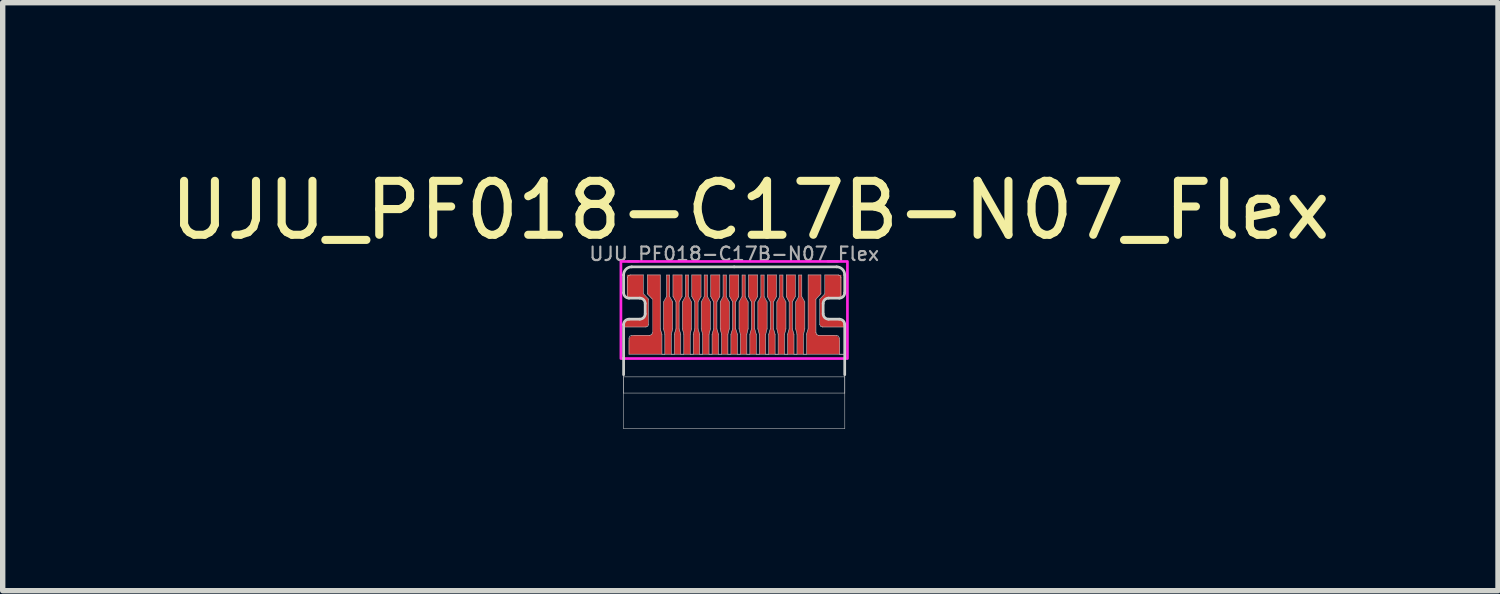
<source format=kicad_pcb>
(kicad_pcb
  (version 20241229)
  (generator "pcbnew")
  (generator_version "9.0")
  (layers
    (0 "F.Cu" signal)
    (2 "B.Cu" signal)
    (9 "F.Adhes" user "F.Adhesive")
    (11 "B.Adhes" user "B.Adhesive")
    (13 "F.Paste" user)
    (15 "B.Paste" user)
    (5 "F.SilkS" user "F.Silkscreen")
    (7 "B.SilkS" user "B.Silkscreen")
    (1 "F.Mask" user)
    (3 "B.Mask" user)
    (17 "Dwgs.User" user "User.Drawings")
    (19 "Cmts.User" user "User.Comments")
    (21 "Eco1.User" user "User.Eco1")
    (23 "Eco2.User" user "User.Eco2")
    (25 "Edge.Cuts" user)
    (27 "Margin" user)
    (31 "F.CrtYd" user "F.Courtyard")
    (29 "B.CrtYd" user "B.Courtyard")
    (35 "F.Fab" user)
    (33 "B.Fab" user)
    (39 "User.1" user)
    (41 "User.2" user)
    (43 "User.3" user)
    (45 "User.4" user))
  (footprint "UJU_PF018-C17B-N07_Flex"
    (layer "F.Cu")
    (at 10.563 2.048)
    (property "Reference" "UJU_PF018-C17B-N07_Flex" (at 0.3 -1.2 0) (unlocked yes) (layer "F.SilkS") (effects (font (size 1 1) (thickness 0.15))))
    (attr smd)
    (fp_poly (pts (xy 3.836 0.872) (xy 3.834 0.872) (xy 3.835 0.872)) (stroke (width 0) (type solid)) (fill yes) (layer "F.Cu"))
    (fp_line (start -2.051 -0.000025) (end -2.051 0.33) (stroke (width 0.01) (type default)) (layer "Dwgs.User"))
    (fp_line (start -2.051 0.965) (end -2.051 0.92) (stroke (width 0.01) (type default)) (layer "Dwgs.User"))
    (fp_line (start -2.051 0.965) (end -2.051 1.47) (stroke (width 0.01) (type default)) (layer "Dwgs.User"))
    (fp_line (start -2.051 0.965) (end -1.635 0.965) (stroke (width 0.01) (type default)) (layer "Dwgs.User"))
    (fp_line (start -2.051 1.47) (end -2.051 1.89) (stroke (width 0.01) (type default)) (layer "Dwgs.User"))
    (fp_line (start -2.051 1.89) (end -2.051 2.19) (stroke (width 0.01) (type default)) (layer "Dwgs.User"))
    (fp_line (start -2.051 2.19) (end -2.051 1.89) (stroke (width 0.01) (type default)) (layer "Dwgs.User"))
    (fp_line (start -2.051 2.19) (end -2.051 2.85) (stroke (width 0.01) (type default)) (layer "Dwgs.User"))
    (fp_line (start -2.051 2.19) (end 2.051 2.19) (stroke (width 0.01) (type default)) (layer "Dwgs.User"))
    (fp_line (start -2.051 2.85) (end 2.051 2.85) (stroke (width 0.01) (type default)) (layer "Dwgs.User"))
    (fp_line (start -2.05 0.33) (end -2.051 0.33) (stroke (width 0.01) (type default)) (layer "Dwgs.User"))
    (fp_line (start -2.05 0.33) (end -2.031 0.389) (stroke (width 0.01) (type default)) (layer "Dwgs.User"))
    (fp_line (start -2.042 0.881) (end -2.05 0.92) (stroke (width 0.01) (type default)) (layer "Dwgs.User"))
    (fp_line (start -2.038 -0.058) (end -2.05 -0.000067) (stroke (width 0.01) (type default)) (layer "Dwgs.User"))
    (fp_line (start -2.031 0.389) (end -1.98 0.425) (stroke (width 0.01) (type default)) (layer "Dwgs.User"))
    (fp_line (start -2.021 0.849) (end -2.042 0.881) (stroke (width 0.01) (type default)) (layer "Dwgs.User"))
    (fp_line (start -2.006 -0.106) (end -2.038 -0.058) (stroke (width 0.01) (type default)) (layer "Dwgs.User"))
    (fp_line (start -1.989 0.828) (end -2.021 0.849) (stroke (width 0.01) (type default)) (layer "Dwgs.User"))
    (fp_line (start -1.98 0.05) (end -1.979 0.05) (stroke (width 0.01) (type default)) (layer "Dwgs.User"))
    (fp_line (start -1.979 0.05) (end -1.979 0.425) (stroke (width 0.01) (type default)) (layer "Dwgs.User"))
    (fp_line (start -1.979 0.425) (end -1.95 0.43) (stroke (width 0.01) (type default)) (layer "Dwgs.User"))
    (fp_line (start -1.965 0.015) (end -1.98 0.05) (stroke (width 0.01) (type default)) (layer "Dwgs.User"))
    (fp_line (start -1.958 -0.138) (end -2.006 -0.106) (stroke (width 0.01) (type default)) (layer "Dwgs.User"))
    (fp_line (start -1.95 0.43) (end -1.95 0.43) (stroke (width 0.01) (type default)) (layer "Dwgs.User"))
    (fp_line (start -1.95 0.82) (end -1.989 0.828) (stroke (width 0.01) (type default)) (layer "Dwgs.User"))
    (fp_line (start -1.95 1.17) (end -1.95 1.17) (stroke (width 0.01) (type default)) (layer "Dwgs.User"))
    (fp_line (start -1.95 0.43) (end -1.749 0.43) (stroke (width 0.01) (type default)) (layer "Dwgs.User"))
    (fp_line (start -1.95 0.82) (end -1.95 0.82) (stroke (width 0.01) (type default)) (layer "Dwgs.User"))
    (fp_line (start -1.95 1.17) (end -1.95 1.47) (stroke (width 0.01) (type default)) (layer "Dwgs.User"))
    (fp_line (start -1.935 1.135) (end -1.95 1.17) (stroke (width 0.01) (type default)) (layer "Dwgs.User"))
    (fp_line (start -1.93 -0.000067) (end -1.965 0.015) (stroke (width 0.01) (type default)) (layer "Dwgs.User"))
    (fp_line (start -1.929 -0.000025) (end -1.93 -0.000067) (stroke (width 0.01) (type default)) (layer "Dwgs.User"))
    (fp_line (start -1.9 -0.15) (end -1.958 -0.138) (stroke (width 0.01) (type default)) (layer "Dwgs.User"))
    (fp_line (start -1.9 -0.15) (end -1.9 -0.15) (stroke (width 0.01) (type default)) (layer "Dwgs.User"))
    (fp_line (start -1.9 1.12) (end -1.935 1.135) (stroke (width 0.01) (type default)) (layer "Dwgs.User"))
    (fp_line (start -1.9 1.12) (end -1.9 1.12) (stroke (width 0.01) (type default)) (layer "Dwgs.User"))
    (fp_line (start -1.9 1.12) (end -1.566 1.12) (stroke (width 0.01) (type default)) (layer "Dwgs.User"))
    (fp_line (start -1.749 0.43) (end -1.75 0.43) (stroke (width 0.01) (type default)) (layer "Dwgs.User"))
    (fp_line (start -1.749 0.82) (end -1.95 0.82) (stroke (width 0.01) (type default)) (layer "Dwgs.User"))
    (fp_line (start -1.749 0.82) (end -1.749 0.82) (stroke (width 0.01) (type default)) (layer "Dwgs.User"))
    (fp_line (start -1.734 0.819) (end -1.733 0.819) (stroke (width 0.01) (type default)) (layer "Dwgs.User"))
    (fp_line (start -1.734 0.819) (end -1.674 0.785) (stroke (width 0.01) (type default)) (layer "Dwgs.User"))
    (fp_line (start -1.733 0.819) (end -1.749 0.82) (stroke (width 0.01) (type default)) (layer "Dwgs.User"))
    (fp_line (start -1.711 0.438) (end -1.75 0.43) (stroke (width 0.01) (type default)) (layer "Dwgs.User"))
    (fp_line (start -1.68 -0.000025) (end -1.929 -0.000025) (stroke (width 0.01) (type default)) (layer "Dwgs.User"))
    (fp_line (start -1.68 0.35) (end -1.68 -0.000025) (stroke (width 0.01) (type default)) (layer "Dwgs.User"))
    (fp_line (start -1.679 0.459) (end -1.711 0.438) (stroke (width 0.01) (type default)) (layer "Dwgs.User"))
    (fp_line (start -1.674 0.785) (end -1.65 0.72) (stroke (width 0.01) (type default)) (layer "Dwgs.User"))
    (fp_line (start -1.658 0.491) (end -1.679 0.459) (stroke (width 0.01) (type default)) (layer "Dwgs.User"))
    (fp_line (start -1.651 0.53) (end -1.651 0.72) (stroke (width 0.01) (type default)) (layer "Dwgs.User"))
    (fp_line (start -1.651 0.72) (end -1.65 0.72) (stroke (width 0.01) (type default)) (layer "Dwgs.User"))
    (fp_line (start -1.65 0.53) (end -1.658 0.491) (stroke (width 0.01) (type default)) (layer "Dwgs.User"))
    (fp_line (start -1.65 0.53) (end -1.651 0.53) (stroke (width 0.01) (type default)) (layer "Dwgs.User"))
    (fp_line (start -1.635 0.965) (end -1.635 0.965) (stroke (width 0.01) (type default)) (layer "Dwgs.User"))
    (fp_line (start -1.635 0.965) (end -1.6 0.95) (stroke (width 0.01) (type default)) (layer "Dwgs.User"))
    (fp_line (start -1.611 -0.000025) (end -1.611 0.35) (stroke (width 0.01) (type default)) (layer "Dwgs.User"))
    (fp_line (start -1.611 0.35) (end -1.516 0.45) (stroke (width 0.01) (type default)) (layer "Dwgs.User"))
    (fp_line (start -1.6 0.95) (end -1.585 0.915) (stroke (width 0.01) (type default)) (layer "Dwgs.User"))
    (fp_line (start -1.585 0.915) (end -1.585 0.915) (stroke (width 0.01) (type default)) (layer "Dwgs.User"))
    (fp_line (start -1.585 0.45) (end -1.68 0.35) (stroke (width 0.01) (type default)) (layer "Dwgs.User"))
    (fp_line (start -1.585 0.915) (end -1.585 0.45) (stroke (width 0.01) (type default)) (layer "Dwgs.User"))
    (fp_line (start -1.565 1.12) (end -1.566 1.12) (stroke (width 0.01) (type default)) (layer "Dwgs.User"))
    (fp_line (start -1.565 1.12) (end -1.53 1.105) (stroke (width 0.01) (type default)) (layer "Dwgs.User"))
    (fp_line (start -1.53 1.105) (end -1.515 1.07) (stroke (width 0.01) (type default)) (layer "Dwgs.User"))
    (fp_line (start -1.516 1.07) (end -1.516 0.45) (stroke (width 0.005) (type solid)) (layer "Dwgs.User"))
    (fp_line (start -1.516 1.07) (end -1.515 1.07) (stroke (width 0.01) (type default)) (layer "Dwgs.User"))
    (fp_line (start -1.371 -0.000025) (end -1.611 -0.000025) (stroke (width 0.01) (type default)) (layer "Dwgs.User"))
    (fp_line (start -1.371 1) (end -1.371 -0.000025) (stroke (width 0.01) (type default)) (layer "Dwgs.User"))
    (fp_line (start -1.339 1.1) (end -1.371 1) (stroke (width 0.01) (type default)) (layer "Dwgs.User"))
    (fp_line (start -1.339 1.47) (end -1.339 1.1) (stroke (width 0.01) (type default)) (layer "Dwgs.User"))
    (fp_line (start -1.31 0.5) (end -1.31 1) (stroke (width 0.01) (type default)) (layer "Dwgs.User"))
    (fp_line (start -1.31 1) (end -1.286 1.1) (stroke (width 0.01) (type default)) (layer "Dwgs.User"))
    (fp_line (start -1.286 1.1) (end -1.286 1.47) (stroke (width 0.01) (type default)) (layer "Dwgs.User"))
    (fp_line (start -1.286 1.47) (end -1.339 1.47) (stroke (width 0.01) (type default)) (layer "Dwgs.User"))
    (fp_line (start -1.254 0.001) (end -1.254 0.4) (stroke (width 0.01) (type default)) (layer "Dwgs.User"))
    (fp_line (start -1.254 0.4) (end -1.31 0.5) (stroke (width 0.01) (type default)) (layer "Dwgs.User"))
    (fp_line (start -1.196 0.001) (end -1.254 0.001) (stroke (width 0.01) (type default)) (layer "Dwgs.User"))
    (fp_line (start -1.196 0.4) (end -1.196 0.001) (stroke (width 0.01) (type default)) (layer "Dwgs.User"))
    (fp_line (start -1.164 1.1) (end -1.14 1) (stroke (width 0.01) (type default)) (layer "Dwgs.User"))
    (fp_line (start -1.164 1.47) (end -1.164 1.1) (stroke (width 0.01) (type default)) (layer "Dwgs.User"))
    (fp_line (start -1.14 0.5) (end -1.196 0.4) (stroke (width 0.01) (type default)) (layer "Dwgs.User"))
    (fp_line (start -1.14 1) (end -1.14 0.5) (stroke (width 0.01) (type default)) (layer "Dwgs.User"))
    (fp_line (start -1.135 -0.000025) (end -1.135 0.4) (stroke (width 0.01) (type default)) (layer "Dwgs.User"))
    (fp_line (start -1.135 0.4) (end -1.079 0.5) (stroke (width 0.01) (type default)) (layer "Dwgs.User"))
    (fp_line (start -1.111 1.1) (end -1.111 1.47) (stroke (width 0.01) (type default)) (layer "Dwgs.User"))
    (fp_line (start -1.111 1.47) (end -1.164 1.47) (stroke (width 0.01) (type default)) (layer "Dwgs.User"))
    (fp_line (start -1.079 0.5) (end -1.079 1) (stroke (width 0.01) (type default)) (layer "Dwgs.User"))
    (fp_line (start -1.079 1) (end -1.111 1.1) (stroke (width 0.01) (type default)) (layer "Dwgs.User"))
    (fp_line (start -1.021 0.5) (end -0.966 0.4) (stroke (width 0.01) (type default)) (layer "Dwgs.User"))
    (fp_line (start -1.021 1) (end -1.021 0.5) (stroke (width 0.01) (type default)) (layer "Dwgs.User"))
    (fp_line (start -0.99 1.1) (end -1.021 1) (stroke (width 0.01) (type default)) (layer "Dwgs.User"))
    (fp_line (start -0.99 1.47) (end -0.99 1.1) (stroke (width 0.01) (type default)) (layer "Dwgs.User"))
    (fp_line (start -0.966 -0.000025) (end -1.135 -0.000025) (stroke (width 0.01) (type default)) (layer "Dwgs.User"))
    (fp_line (start -0.966 0.4) (end -0.966 -0.000025) (stroke (width 0.01) (type default)) (layer "Dwgs.User"))
    (fp_line (start -0.96 0.5) (end -0.96 1) (stroke (width 0.01) (type default)) (layer "Dwgs.User"))
    (fp_line (start -0.96 1) (end -0.934 1.1) (stroke (width 0.01) (type default)) (layer "Dwgs.User"))
    (fp_line (start -0.934 1.1) (end -0.934 1.47) (stroke (width 0.01) (type default)) (layer "Dwgs.User"))
    (fp_line (start -0.934 1.47) (end -0.99 1.47) (stroke (width 0.01) (type default)) (layer "Dwgs.User"))
    (fp_line (start -0.905 0.001) (end -0.905 0.4) (stroke (width 0.01) (type default)) (layer "Dwgs.User"))
    (fp_line (start -0.905 0.4) (end -0.96 0.5) (stroke (width 0.01) (type default)) (layer "Dwgs.User"))
    (fp_line (start -0.844 0.001) (end -0.905 0.001) (stroke (width 0.01) (type default)) (layer "Dwgs.User"))
    (fp_line (start -0.844 0.4) (end -0.844 0.001) (stroke (width 0.01) (type default)) (layer "Dwgs.User"))
    (fp_line (start -0.815 1.1) (end -0.791 1) (stroke (width 0.01) (type default)) (layer "Dwgs.User"))
    (fp_line (start -0.815 1.47) (end -0.815 1.1) (stroke (width 0.01) (type default)) (layer "Dwgs.User"))
    (fp_line (start -0.791 0.5) (end -0.844 0.4) (stroke (width 0.01) (type default)) (layer "Dwgs.User"))
    (fp_line (start -0.791 1) (end -0.791 0.5) (stroke (width 0.01) (type default)) (layer "Dwgs.User"))
    (fp_line (start -0.786 -0.000025) (end -0.786 0.4) (stroke (width 0.01) (type default)) (layer "Dwgs.User"))
    (fp_line (start -0.786 0.4) (end -0.73 0.5) (stroke (width 0.01) (type default)) (layer "Dwgs.User"))
    (fp_line (start -0.759 1.1) (end -0.759 1.47) (stroke (width 0.01) (type default)) (layer "Dwgs.User"))
    (fp_line (start -0.759 1.47) (end -0.815 1.47) (stroke (width 0.01) (type default)) (layer "Dwgs.User"))
    (fp_line (start -0.73 0.5) (end -0.73 1) (stroke (width 0.01) (type default)) (layer "Dwgs.User"))
    (fp_line (start -0.73 1) (end -0.759 1.1) (stroke (width 0.01) (type default)) (layer "Dwgs.User"))
    (fp_line (start -0.669 0.5) (end -0.614 0.4) (stroke (width 0.01) (type default)) (layer "Dwgs.User"))
    (fp_line (start -0.669 1) (end -0.669 0.5) (stroke (width 0.01) (type default)) (layer "Dwgs.User"))
    (fp_line (start -0.64 1.1) (end -0.669 1) (stroke (width 0.01) (type default)) (layer "Dwgs.User"))
    (fp_line (start -0.64 1.47) (end -0.64 1.1) (stroke (width 0.01) (type default)) (layer "Dwgs.User"))
    (fp_line (start -0.614 -0.000025) (end -0.786 -0.000025) (stroke (width 0.01) (type default)) (layer "Dwgs.User"))
    (fp_line (start -0.614 0.4) (end -0.614 -0.000025) (stroke (width 0.01) (type default)) (layer "Dwgs.User"))
    (fp_line (start -0.611 0.5) (end -0.611 1) (stroke (width 0.01) (type default)) (layer "Dwgs.User"))
    (fp_line (start -0.611 1) (end -0.585 1.1) (stroke (width 0.01) (type default)) (layer "Dwgs.User"))
    (fp_line (start -0.585 1.1) (end -0.585 1.47) (stroke (width 0.01) (type default)) (layer "Dwgs.User"))
    (fp_line (start -0.585 1.47) (end -0.64 1.47) (stroke (width 0.01) (type default)) (layer "Dwgs.User"))
    (fp_line (start -0.556 0.001) (end -0.556 0.4) (stroke (width 0.01) (type default)) (layer "Dwgs.User"))
    (fp_line (start -0.556 0.4) (end -0.611 0.5) (stroke (width 0.01) (type default)) (layer "Dwgs.User"))
    (fp_line (start -0.495 0.001) (end -0.556 0.001) (stroke (width 0.01) (type default)) (layer "Dwgs.User"))
    (fp_line (start -0.495 0.4) (end -0.495 0.001) (stroke (width 0.01) (type default)) (layer "Dwgs.User"))
    (fp_line (start -0.466 1.1) (end -0.439 1) (stroke (width 0.01) (type default)) (layer "Dwgs.User"))
    (fp_line (start -0.466 1.47) (end -0.466 1.1) (stroke (width 0.01) (type default)) (layer "Dwgs.User"))
    (fp_line (start -0.439 0.5) (end -0.495 0.4) (stroke (width 0.01) (type default)) (layer "Dwgs.User"))
    (fp_line (start -0.439 1) (end -0.439 0.5) (stroke (width 0.01) (type default)) (layer "Dwgs.User"))
    (fp_line (start -0.434 -0.000025) (end -0.434 0.4) (stroke (width 0.01) (type default)) (layer "Dwgs.User"))
    (fp_line (start -0.434 0.4) (end -0.381 0.5) (stroke (width 0.01) (type default)) (layer "Dwgs.User"))
    (fp_line (start -0.41 1.1) (end -0.41 1.47) (stroke (width 0.01) (type default)) (layer "Dwgs.User"))
    (fp_line (start -0.41 1.47) (end -0.466 1.47) (stroke (width 0.01) (type default)) (layer "Dwgs.User"))
    (fp_line (start -0.381 0.5) (end -0.381 1) (stroke (width 0.01) (type default)) (layer "Dwgs.User"))
    (fp_line (start -0.381 1) (end -0.41 1.1) (stroke (width 0.01) (type default)) (layer "Dwgs.User"))
    (fp_line (start -0.32 0.5) (end -0.265 0.4) (stroke (width 0.01) (type default)) (layer "Dwgs.User"))
    (fp_line (start -0.32 1) (end -0.32 0.5) (stroke (width 0.01) (type default)) (layer "Dwgs.User"))
    (fp_line (start -0.291 1.1) (end -0.32 1) (stroke (width 0.01) (type default)) (layer "Dwgs.User"))
    (fp_line (start -0.291 1.47) (end -0.291 1.1) (stroke (width 0.01) (type default)) (layer "Dwgs.User"))
    (fp_line (start -0.265 -0.000025) (end -0.434 -0.000025) (stroke (width 0.01) (type default)) (layer "Dwgs.User"))
    (fp_line (start -0.265 0.4) (end -0.265 -0.000025) (stroke (width 0.01) (type default)) (layer "Dwgs.User"))
    (fp_line (start -0.259 0.5) (end -0.259 1) (stroke (width 0.01) (type default)) (layer "Dwgs.User"))
    (fp_line (start -0.259 1) (end -0.235 1.1) (stroke (width 0.01) (type default)) (layer "Dwgs.User"))
    (fp_line (start -0.235 1.1) (end -0.235 1.47) (stroke (width 0.01) (type default)) (layer "Dwgs.User"))
    (fp_line (start -0.235 1.47) (end -0.291 1.47) (stroke (width 0.01) (type default)) (layer "Dwgs.User"))
    (fp_line (start -0.206 0.001) (end -0.206 0.4) (stroke (width 0.01) (type default)) (layer "Dwgs.User"))
    (fp_line (start -0.206 0.4) (end -0.259 0.5) (stroke (width 0.01) (type default)) (layer "Dwgs.User"))
    (fp_line (start -0.146 0.001) (end -0.206 0.001) (stroke (width 0.01) (type default)) (layer "Dwgs.User"))
    (fp_line (start -0.146 0.4) (end -0.146 0.001) (stroke (width 0.01) (type default)) (layer "Dwgs.User"))
    (fp_line (start -0.116 1.1) (end -0.09 1) (stroke (width 0.01) (type default)) (layer "Dwgs.User"))
    (fp_line (start -0.116 1.47) (end -0.116 1.1) (stroke (width 0.01) (type default)) (layer "Dwgs.User"))
    (fp_line (start -0.09 0.5) (end -0.146 0.4) (stroke (width 0.01) (type default)) (layer "Dwgs.User"))
    (fp_line (start -0.09 1) (end -0.09 0.5) (stroke (width 0.01) (type default)) (layer "Dwgs.User"))
    (fp_line (start -0.085 -0.000025) (end -0.085 0.4) (stroke (width 0.01) (type default)) (layer "Dwgs.User"))
    (fp_line (start -0.085 0.4) (end -0.029 0.5) (stroke (width 0.01) (type default)) (layer "Dwgs.User"))
    (fp_line (start -0.061 1.1) (end -0.061 1.47) (stroke (width 0.01) (type default)) (layer "Dwgs.User"))
    (fp_line (start -0.061 1.47) (end -0.116 1.47) (stroke (width 0.01) (type default)) (layer "Dwgs.User"))
    (fp_line (start -0.029 0.5) (end -0.029 1) (stroke (width 0.01) (type default)) (layer "Dwgs.User"))
    (fp_line (start -0.029 1) (end -0.061 1.1) (stroke (width 0.01) (type default)) (layer "Dwgs.User"))
    (fp_line (start 0.029 0.5) (end 0.085 0.4) (stroke (width 0.01) (type default)) (layer "Dwgs.User"))
    (fp_line (start 0.029 1) (end 0.029 0.5) (stroke (width 0.01) (type default)) (layer "Dwgs.User"))
    (fp_line (start 0.061 1.1) (end 0.029 1) (stroke (width 0.01) (type default)) (layer "Dwgs.User"))
    (fp_line (start 0.061 1.47) (end 0.061 1.1) (stroke (width 0.01) (type default)) (layer "Dwgs.User"))
    (fp_line (start 0.085 -0.000025) (end -0.085 -0.000025) (stroke (width 0.01) (type default)) (layer "Dwgs.User"))
    (fp_line (start 0.085 0.4) (end 0.085 -0.000025) (stroke (width 0.01) (type default)) (layer "Dwgs.User"))
    (fp_line (start 0.09 0.5) (end 0.09 1) (stroke (width 0.01) (type default)) (layer "Dwgs.User"))
    (fp_line (start 0.09 1) (end 0.114 1.1) (stroke (width 0.01) (type default)) (layer "Dwgs.User"))
    (fp_line (start 0.114 1.1) (end 0.114 1.47) (stroke (width 0.01) (type default)) (layer "Dwgs.User"))
    (fp_line (start 0.114 1.47) (end 0.061 1.47) (stroke (width 0.01) (type default)) (layer "Dwgs.User"))
    (fp_line (start 0.146 0.001) (end 0.146 0.4) (stroke (width 0.01) (type default)) (layer "Dwgs.User"))
    (fp_line (start 0.146 0.4) (end 0.09 0.5) (stroke (width 0.01) (type default)) (layer "Dwgs.User"))
    (fp_line (start 0.204 0.001) (end 0.146 0.001) (stroke (width 0.01) (type default)) (layer "Dwgs.User"))
    (fp_line (start 0.204 0.4) (end 0.204 0.001) (stroke (width 0.01) (type default)) (layer "Dwgs.User"))
    (fp_line (start 0.235 1.1) (end 0.259 1) (stroke (width 0.01) (type default)) (layer "Dwgs.User"))
    (fp_line (start 0.235 1.47) (end 0.235 1.1) (stroke (width 0.01) (type default)) (layer "Dwgs.User"))
    (fp_line (start 0.259 0.5) (end 0.204 0.4) (stroke (width 0.01) (type default)) (layer "Dwgs.User"))
    (fp_line (start 0.259 1) (end 0.259 0.5) (stroke (width 0.01) (type default)) (layer "Dwgs.User"))
    (fp_line (start 0.265 -0.000025) (end 0.265 0.4) (stroke (width 0.01) (type default)) (layer "Dwgs.User"))
    (fp_line (start 0.265 0.4) (end 0.32 0.5) (stroke (width 0.01) (type default)) (layer "Dwgs.User"))
    (fp_line (start 0.291 1.1) (end 0.291 1.47) (stroke (width 0.01) (type default)) (layer "Dwgs.User"))
    (fp_line (start 0.291 1.47) (end 0.235 1.47) (stroke (width 0.01) (type default)) (layer "Dwgs.User"))
    (fp_line (start 0.32 0.5) (end 0.32 1) (stroke (width 0.01) (type default)) (layer "Dwgs.User"))
    (fp_line (start 0.32 1) (end 0.291 1.1) (stroke (width 0.01) (type default)) (layer "Dwgs.User"))
    (fp_line (start 0.381 0.5) (end 0.434 0.4) (stroke (width 0.01) (type default)) (layer "Dwgs.User"))
    (fp_line (start 0.381 1) (end 0.381 0.5) (stroke (width 0.01) (type default)) (layer "Dwgs.User"))
    (fp_line (start 0.41 1.1) (end 0.381 1) (stroke (width 0.01) (type default)) (layer "Dwgs.User"))
    (fp_line (start 0.41 1.47) (end 0.41 1.1) (stroke (width 0.01) (type default)) (layer "Dwgs.User"))
    (fp_line (start 0.434 -0.000025) (end 0.265 -0.000025) (stroke (width 0.01) (type default)) (layer "Dwgs.User"))
    (fp_line (start 0.434 0.4) (end 0.434 -0.000025) (stroke (width 0.01) (type default)) (layer "Dwgs.User"))
    (fp_line (start 0.439 0.5) (end 0.439 1) (stroke (width 0.01) (type default)) (layer "Dwgs.User"))
    (fp_line (start 0.439 1) (end 0.466 1.1) (stroke (width 0.01) (type default)) (layer "Dwgs.User"))
    (fp_line (start 0.466 1.1) (end 0.466 1.47) (stroke (width 0.01) (type default)) (layer "Dwgs.User"))
    (fp_line (start 0.466 1.47) (end 0.41 1.47) (stroke (width 0.01) (type default)) (layer "Dwgs.User"))
    (fp_line (start 0.495 0.001) (end 0.495 0.4) (stroke (width 0.01) (type default)) (layer "Dwgs.User"))
    (fp_line (start 0.495 0.4) (end 0.439 0.5) (stroke (width 0.01) (type default)) (layer "Dwgs.User"))
    (fp_line (start 0.556 0.001) (end 0.495 0.001) (stroke (width 0.01) (type default)) (layer "Dwgs.User"))
    (fp_line (start 0.556 0.4) (end 0.556 0.001) (stroke (width 0.01) (type default)) (layer "Dwgs.User"))
    (fp_line (start 0.585 1.1) (end 0.611 1) (stroke (width 0.01) (type default)) (layer "Dwgs.User"))
    (fp_line (start 0.585 1.47) (end 0.585 1.1) (stroke (width 0.01) (type default)) (layer "Dwgs.User"))
    (fp_line (start 0.611 0.5) (end 0.556 0.4) (stroke (width 0.01) (type default)) (layer "Dwgs.User"))
    (fp_line (start 0.611 1) (end 0.611 0.5) (stroke (width 0.01) (type default)) (layer "Dwgs.User"))
    (fp_line (start 0.614 -0.000025) (end 0.614 0.4) (stroke (width 0.01) (type default)) (layer "Dwgs.User"))
    (fp_line (start 0.614 0.4) (end 0.669 0.5) (stroke (width 0.01) (type default)) (layer "Dwgs.User"))
    (fp_line (start 0.64 1.1) (end 0.64 1.47) (stroke (width 0.01) (type default)) (layer "Dwgs.User"))
    (fp_line (start 0.64 1.47) (end 0.585 1.47) (stroke (width 0.01) (type default)) (layer "Dwgs.User"))
    (fp_line (start 0.669 0.5) (end 0.669 1) (stroke (width 0.01) (type default)) (layer "Dwgs.User"))
    (fp_line (start 0.669 1) (end 0.64 1.1) (stroke (width 0.01) (type default)) (layer "Dwgs.User"))
    (fp_line (start 0.73 0.5) (end 0.786 0.4) (stroke (width 0.01) (type default)) (layer "Dwgs.User"))
    (fp_line (start 0.73 1) (end 0.73 0.5) (stroke (width 0.01) (type default)) (layer "Dwgs.User"))
    (fp_line (start 0.759 1.1) (end 0.73 1) (stroke (width 0.01) (type default)) (layer "Dwgs.User"))
    (fp_line (start 0.759 1.47) (end 0.759 1.1) (stroke (width 0.01) (type default)) (layer "Dwgs.User"))
    (fp_line (start 0.786 -0.000025) (end 0.614 -0.000025) (stroke (width 0.01) (type default)) (layer "Dwgs.User"))
    (fp_line (start 0.786 0.4) (end 0.786 -0.000025) (stroke (width 0.01) (type default)) (layer "Dwgs.User"))
    (fp_line (start 0.791 0.5) (end 0.791 1) (stroke (width 0.01) (type default)) (layer "Dwgs.User"))
    (fp_line (start 0.791 1) (end 0.815 1.1) (stroke (width 0.01) (type default)) (layer "Dwgs.User"))
    (fp_line (start 0.815 1.1) (end 0.815 1.47) (stroke (width 0.01) (type default)) (layer "Dwgs.User"))
    (fp_line (start 0.815 1.47) (end 0.759 1.47) (stroke (width 0.01) (type default)) (layer "Dwgs.User"))
    (fp_line (start 0.844 0.001) (end 0.844 0.4) (stroke (width 0.01) (type default)) (layer "Dwgs.User"))
    (fp_line (start 0.844 0.4) (end 0.791 0.5) (stroke (width 0.01) (type default)) (layer "Dwgs.User"))
    (fp_line (start 0.905 0.001) (end 0.844 0.001) (stroke (width 0.01) (type default)) (layer "Dwgs.User"))
    (fp_line (start 0.905 0.4) (end 0.905 0.001) (stroke (width 0.01) (type default)) (layer "Dwgs.User"))
    (fp_line (start 0.934 1.1) (end 0.96 1) (stroke (width 0.01) (type default)) (layer "Dwgs.User"))
    (fp_line (start 0.934 1.47) (end 0.934 1.1) (stroke (width 0.01) (type default)) (layer "Dwgs.User"))
    (fp_line (start 0.96 0.5) (end 0.905 0.4) (stroke (width 0.01) (type default)) (layer "Dwgs.User"))
    (fp_line (start 0.96 1) (end 0.96 0.5) (stroke (width 0.01) (type default)) (layer "Dwgs.User"))
    (fp_line (start 0.966 -0.000025) (end 0.966 0.4) (stroke (width 0.01) (type default)) (layer "Dwgs.User"))
    (fp_line (start 0.966 0.4) (end 1.019 0.5) (stroke (width 0.01) (type default)) (layer "Dwgs.User"))
    (fp_line (start 0.99 1.1) (end 0.99 1.47) (stroke (width 0.01) (type default)) (layer "Dwgs.User"))
    (fp_line (start 0.99 1.47) (end 0.934 1.47) (stroke (width 0.01) (type default)) (layer "Dwgs.User"))
    (fp_line (start 1.019 0.5) (end 1.019 1) (stroke (width 0.01) (type default)) (layer "Dwgs.User"))
    (fp_line (start 1.019 1) (end 0.99 1.1) (stroke (width 0.01) (type default)) (layer "Dwgs.User"))
    (fp_line (start 1.079 0.5) (end 1.135 0.4) (stroke (width 0.01) (type default)) (layer "Dwgs.User"))
    (fp_line (start 1.079 1) (end 1.079 0.5) (stroke (width 0.01) (type default)) (layer "Dwgs.User"))
    (fp_line (start 1.109 1.1) (end 1.079 1) (stroke (width 0.01) (type default)) (layer "Dwgs.User"))
    (fp_line (start 1.109 1.47) (end 1.109 1.1) (stroke (width 0.01) (type default)) (layer "Dwgs.User"))
    (fp_line (start 1.135 -0.000025) (end 0.966 -0.000025) (stroke (width 0.01) (type default)) (layer "Dwgs.User"))
    (fp_line (start 1.135 0.4) (end 1.135 -0.000025) (stroke (width 0.01) (type default)) (layer "Dwgs.User"))
    (fp_line (start 1.14 0.5) (end 1.14 1) (stroke (width 0.01) (type default)) (layer "Dwgs.User"))
    (fp_line (start 1.14 1) (end 1.164 1.1) (stroke (width 0.01) (type default)) (layer "Dwgs.User"))
    (fp_line (start 1.164 1.1) (end 1.164 1.47) (stroke (width 0.01) (type default)) (layer "Dwgs.User"))
    (fp_line (start 1.164 1.47) (end 1.109 1.47) (stroke (width 0.01) (type default)) (layer "Dwgs.User"))
    (fp_line (start 1.196 0.001) (end 1.196 0.4) (stroke (width 0.01) (type default)) (layer "Dwgs.User"))
    (fp_line (start 1.196 0.4) (end 1.14 0.5) (stroke (width 0.01) (type default)) (layer "Dwgs.User"))
    (fp_line (start 1.254 0.001) (end 1.196 0.001) (stroke (width 0.01) (type default)) (layer "Dwgs.User"))
    (fp_line (start 1.254 0.4) (end 1.254 0.001) (stroke (width 0.01) (type default)) (layer "Dwgs.User"))
    (fp_line (start 1.286 1.1) (end 1.31 1) (stroke (width 0.01) (type default)) (layer "Dwgs.User"))
    (fp_line (start 1.286 1.47) (end 1.286 1.1) (stroke (width 0.01) (type default)) (layer "Dwgs.User"))
    (fp_line (start 1.31 0.5) (end 1.254 0.4) (stroke (width 0.01) (type default)) (layer "Dwgs.User"))
    (fp_line (start 1.31 1) (end 1.31 0.5) (stroke (width 0.01) (type default)) (layer "Dwgs.User"))
    (fp_line (start 1.339 1.1) (end 1.339 1.47) (stroke (width 0.01) (type default)) (layer "Dwgs.User"))
    (fp_line (start 1.339 1.47) (end 1.286 1.47) (stroke (width 0.01) (type default)) (layer "Dwgs.User"))
    (fp_line (start 1.371 -0.000025) (end 1.371 1) (stroke (width 0.01) (type default)) (layer "Dwgs.User"))
    (fp_line (start 1.371 1) (end 1.339 1.1) (stroke (width 0.01) (type default)) (layer "Dwgs.User"))
    (fp_line (start 1.515 1.07) (end 1.516 1.07) (stroke (width 0.01) (type default)) (layer "Dwgs.User"))
    (fp_line (start 1.515 1.07) (end 1.53 1.105) (stroke (width 0.01) (type default)) (layer "Dwgs.User"))
    (fp_line (start 1.516 0.45) (end 1.516 1.07) (stroke (width 0.01) (type default)) (layer "Dwgs.User"))
    (fp_line (start 1.516 0.45) (end 1.609 0.35) (stroke (width 0.01) (type default)) (layer "Dwgs.User"))
    (fp_line (start 1.53 1.105) (end 1.565 1.12) (stroke (width 0.01) (type default)) (layer "Dwgs.User"))
    (fp_line (start 1.564 1.12) (end 1.565 1.12) (stroke (width 0.01) (type default)) (layer "Dwgs.User"))
    (fp_line (start 1.564 1.12) (end 1.9 1.12) (stroke (width 0.01) (type default)) (layer "Dwgs.User"))
    (fp_line (start 1.585 0.45) (end 1.585 0.915) (stroke (width 0.01) (type default)) (layer "Dwgs.User"))
    (fp_line (start 1.585 0.915) (end 1.585 0.915) (stroke (width 0.01) (type default)) (layer "Dwgs.User"))
    (fp_line (start 1.585 0.915) (end 1.6 0.95) (stroke (width 0.01) (type default)) (layer "Dwgs.User"))
    (fp_line (start 1.6 0.95) (end 1.635 0.965) (stroke (width 0.01) (type default)) (layer "Dwgs.User"))
    (fp_line (start 1.609 -0.000025) (end 1.371 -0.000025) (stroke (width 0.01) (type default)) (layer "Dwgs.User"))
    (fp_line (start 1.609 0.35) (end 1.609 -0.000025) (stroke (width 0.01) (type default)) (layer "Dwgs.User"))
    (fp_line (start 1.635 0.965) (end 1.635 0.965) (stroke (width 0.01) (type default)) (layer "Dwgs.User"))
    (fp_line (start 1.635 0.965) (end 2.051 0.965) (stroke (width 0.01) (type default)) (layer "Dwgs.User"))
    (fp_line (start 1.65 0.53) (end 1.651 0.53) (stroke (width 0.01) (type default)) (layer "Dwgs.User"))
    (fp_line (start 1.65 0.72) (end 1.674 0.785) (stroke (width 0.01) (type default)) (layer "Dwgs.User"))
    (fp_line (start 1.651 0.72) (end 1.65 0.72) (stroke (width 0.01) (type default)) (layer "Dwgs.User"))
    (fp_line (start 1.651 0.72) (end 1.651 0.53) (stroke (width 0.01) (type default)) (layer "Dwgs.User"))
    (fp_line (start 1.657 0.492) (end 1.65 0.53) (stroke (width 0.01) (type default)) (layer "Dwgs.User"))
    (fp_line (start 1.674 0.785) (end 1.734 0.819) (stroke (width 0.01) (type default)) (layer "Dwgs.User"))
    (fp_line (start 1.679 0.459) (end 1.657 0.492) (stroke (width 0.01) (type default)) (layer "Dwgs.User"))
    (fp_line (start 1.68 -0.000025) (end 1.68 0.35) (stroke (width 0.01) (type default)) (layer "Dwgs.User"))
    (fp_line (start 1.68 0.35) (end 1.585 0.45) (stroke (width 0.01) (type default)) (layer "Dwgs.User"))
    (fp_line (start 1.712 0.438) (end 1.679 0.459) (stroke (width 0.01) (type default)) (layer "Dwgs.User"))
    (fp_line (start 1.734 0.819) (end 1.733 0.819) (stroke (width 0.01) (type default)) (layer "Dwgs.User"))
    (fp_line (start 1.749 0.43) (end 1.75 0.43) (stroke (width 0.01) (type default)) (layer "Dwgs.User"))
    (fp_line (start 1.749 0.43) (end 1.95 0.43) (stroke (width 0.01) (type default)) (layer "Dwgs.User"))
    (fp_line (start 1.749 0.82) (end 1.733 0.819) (stroke (width 0.01) (type default)) (layer "Dwgs.User"))
    (fp_line (start 1.749 0.82) (end 1.749 0.82) (stroke (width 0.01) (type default)) (layer "Dwgs.User"))
    (fp_line (start 1.75 0.43) (end 1.712 0.438) (stroke (width 0.01) (type default)) (layer "Dwgs.User"))
    (fp_line (start 1.9 -0.15) (end -1.9 -0.15) (stroke (width 0.01) (type default)) (layer "Dwgs.User"))
    (fp_line (start 1.9 -0.15) (end 1.9 -0.15) (stroke (width 0.01) (type default)) (layer "Dwgs.User"))
    (fp_line (start 1.9 1.12) (end 1.9 1.12) (stroke (width 0.01) (type default)) (layer "Dwgs.User"))
    (fp_line (start 1.929 -0.000025) (end 1.68 -0.000025) (stroke (width 0.01) (type default)) (layer "Dwgs.User"))
    (fp_line (start 1.929 -0.000025) (end 1.93 -0.000067) (stroke (width 0.01) (type default)) (layer "Dwgs.User"))
    (fp_line (start 1.935 1.135) (end 1.9 1.12) (stroke (width 0.01) (type default)) (layer "Dwgs.User"))
    (fp_line (start 1.95 1.17) (end 1.935 1.135) (stroke (width 0.01) (type default)) (layer "Dwgs.User"))
    (fp_line (start 1.95 0.43) (end 1.98 0.425) (stroke (width 0.01) (type default)) (layer "Dwgs.User"))
    (fp_line (start 1.95 0.82) (end 1.749 0.82) (stroke (width 0.01) (type default)) (layer "Dwgs.User"))
    (fp_line (start 1.95 0.82) (end 1.95 0.82) (stroke (width 0.01) (type default)) (layer "Dwgs.User"))
    (fp_line (start 1.95 1.17) (end 1.95 1.17) (stroke (width 0.01) (type default)) (layer "Dwgs.User"))
    (fp_line (start 1.95 1.47) (end 1.95 1.17) (stroke (width 0.01) (type default)) (layer "Dwgs.User"))
    (fp_line (start 1.957 -0.139) (end 1.9 -0.15) (stroke (width 0.01) (type default)) (layer "Dwgs.User"))
    (fp_line (start 1.965 0.015) (end 1.93 -0.000067) (stroke (width 0.01) (type default)) (layer "Dwgs.User"))
    (fp_line (start 1.979 0.425) (end 1.979 0.05) (stroke (width 0.01) (type default)) (layer "Dwgs.User"))
    (fp_line (start 1.98 0.05) (end 1.965 0.015) (stroke (width 0.01) (type default)) (layer "Dwgs.User"))
    (fp_line (start 1.98 0.05) (end 1.979 0.05) (stroke (width 0.01) (type default)) (layer "Dwgs.User"))
    (fp_line (start 1.98 0.425) (end 1.98 0.425) (stroke (width 0.01) (type default)) (layer "Dwgs.User"))
    (fp_line (start 1.98 0.425) (end 2.031 0.389) (stroke (width 0.01) (type default)) (layer "Dwgs.User"))
    (fp_line (start 1.988 0.828) (end 1.95 0.82) (stroke (width 0.01) (type default)) (layer "Dwgs.User"))
    (fp_line (start 2.006 -0.106) (end 1.957 -0.139) (stroke (width 0.01) (type default)) (layer "Dwgs.User"))
    (fp_line (start 2.021 0.849) (end 1.988 0.828) (stroke (width 0.01) (type default)) (layer "Dwgs.User"))
    (fp_line (start 2.031 0.389) (end 2.05 0.33) (stroke (width 0.01) (type default)) (layer "Dwgs.User"))
    (fp_line (start 2.038 -0.057) (end 2.006 -0.106) (stroke (width 0.01) (type default)) (layer "Dwgs.User"))
    (fp_line (start 2.042 0.882) (end 2.021 0.849) (stroke (width 0.01) (type default)) (layer "Dwgs.User"))
    (fp_line (start 2.05 -0.000067) (end 2.038 -0.057) (stroke (width 0.01) (type default)) (layer "Dwgs.User"))
    (fp_line (start 2.05 -0.000067) (end 2.051 -0.000025) (stroke (width 0.01) (type default)) (layer "Dwgs.User"))
    (fp_line (start 2.05 0.92) (end 2.042 0.882) (stroke (width 0.01) (type default)) (layer "Dwgs.User"))
    (fp_line (start 2.05 0.92) (end 2.051 0.92) (stroke (width 0.01) (type default)) (layer "Dwgs.User"))
    (fp_line (start 2.051 0.33) (end 2.05 0.33) (stroke (width 0.01) (type default)) (layer "Dwgs.User"))
    (fp_line (start 2.051 0.33) (end 2.051 -0.000025) (stroke (width 0.01) (type default)) (layer "Dwgs.User"))
    (fp_line (start 2.051 0.965) (end 2.051 0.92) (stroke (width 0.01) (type default)) (layer "Dwgs.User"))
    (fp_line (start 2.051 1.47) (end -1.95 1.47) (stroke (width 0.01) (type default)) (layer "Dwgs.User"))
    (fp_line (start 2.051 1.47) (end 1.95 1.47) (stroke (width 0.01) (type default)) (layer "Dwgs.User"))
    (fp_line (start 2.051 1.47) (end 2.051 0.965) (stroke (width 0.01) (type default)) (layer "Dwgs.User"))
    (fp_line (start 2.051 1.89) (end -2.051 1.89) (stroke (width 0.01) (type default)) (layer "Dwgs.User"))
    (fp_line (start 2.051 1.89) (end 2.051 1.47) (stroke (width 0.01) (type default)) (layer "Dwgs.User"))
    (fp_line (start 2.051 1.89) (end 2.051 2.19) (stroke (width 0.01) (type default)) (layer "Dwgs.User"))
    (fp_line (start 2.051 2.19) (end 2.051 1.89) (stroke (width 0.01) (type default)) (layer "Dwgs.User"))
    (fp_line (start 2.051 2.85) (end 2.051 2.19) (stroke (width 0.01) (type default)) (layer "Dwgs.User"))
    (fp_line (start -2.05 0.33) (end -2.05 0) (stroke (width 0.05) (type default)) (layer "Edge.Cuts"))
    (fp_line (start -2.05 1.85) (end -2.05 0.92) (stroke (width 0.05) (type default)) (layer "Edge.Cuts"))
    (fp_line (start -1.95 0.82) (end -1.75 0.82) (stroke (width 0.05) (type default)) (layer "Edge.Cuts"))
    (fp_line (start -1.9 -0.15) (end 0 -0.15) (stroke (width 0.05) (type default)) (layer "Edge.Cuts"))
    (fp_line (start -1.75 0.43) (end -1.95 0.43) (stroke (width 0.05) (type default)) (layer "Edge.Cuts"))
    (fp_line (start -1.65 0.72) (end -1.65 0.53) (stroke (width 0.05) (type default)) (layer "Edge.Cuts"))
    (fp_line (start 1.65 0.72) (end 1.65 0.53) (stroke (width 0.05) (type default)) (layer "Edge.Cuts"))
    (fp_line (start 1.75 0.43) (end 1.95 0.43) (stroke (width 0.05) (type default)) (layer "Edge.Cuts"))
    (fp_line (start 1.9 -0.15) (end 0 -0.15) (stroke (width 0.05) (type default)) (layer "Edge.Cuts"))
    (fp_line (start 1.95 0.82) (end 1.75 0.82) (stroke (width 0.05) (type default)) (layer "Edge.Cuts"))
    (fp_line (start 2.05 0.33) (end 2.05 0) (stroke (width 0.05) (type default)) (layer "Edge.Cuts"))
    (fp_line (start 2.05 1.85) (end 2.05 0.92) (stroke (width 0.05) (type default)) (layer "Edge.Cuts"))
    (fp_arc (start -2.05 0) (mid -2.006066 -0.106066) (end -1.9 -0.15) (stroke (width 0.05) (type default)) (layer "Edge.Cuts"))
    (fp_arc (start -2.05 0.92) (mid -2.020711 0.849289) (end -1.95 0.82) (stroke (width 0.05) (type default)) (layer "Edge.Cuts"))
    (fp_arc (start -1.95 0.43) (mid -2.020711 0.400711) (end -2.05 0.33) (stroke (width 0.05) (type default)) (layer "Edge.Cuts"))
    (fp_arc (start -1.75 0.43) (mid -1.679289 0.459289) (end -1.65 0.53) (stroke (width 0.05) (type default)) (layer "Edge.Cuts"))
    (fp_arc (start -1.65 0.72) (mid -1.679289 0.790711) (end -1.75 0.82) (stroke (width 0.05) (type default)) (layer "Edge.Cuts"))
    (fp_arc (start 1.65 0.53) (mid 1.679289 0.459289) (end 1.75 0.43) (stroke (width 0.05) (type default)) (layer "Edge.Cuts"))
    (fp_arc (start 1.75 0.82) (mid 1.679289 0.790711) (end 1.65 0.72) (stroke (width 0.05) (type default)) (layer "Edge.Cuts"))
    (fp_arc (start 1.9 -0.15) (mid 2.006066 -0.106066) (end 2.05 0) (stroke (width 0.05) (type default)) (layer "Edge.Cuts"))
    (fp_arc (start 1.95 0.82) (mid 2.020711 0.849289) (end 2.05 0.92) (stroke (width 0.05) (type default)) (layer "Edge.Cuts"))
    (fp_arc (start 2.05 0.33) (mid 2.020711 0.400711) (end 1.95 0.43) (stroke (width 0.05) (type default)) (layer "Edge.Cuts"))
    (fp_rect (start -2.1 -0.25) (end 2.1 1.55) (stroke (width 0.05) (type default)) (fill no) (layer "F.CrtYd"))
    (fp_line (start -2.051 2.3) (end -2.05 0.92) (stroke (width 0.05) (type default)) (layer "User.1"))
    (fp_line (start -2.051 2.3) (end 2.05 2.3) (stroke (width 0.05) (type default)) (layer "User.1"))
    (fp_line (start -2.05 0.33) (end -2.05 0) (stroke (width 0.05) (type default)) (layer "User.1"))
    (fp_line (start -1.95 0.82) (end -1.75 0.82) (stroke (width 0.05) (type default)) (layer "User.1"))
    (fp_line (start -1.9 -0.15) (end 0 -0.15) (stroke (width 0.05) (type default)) (layer "User.1"))
    (fp_line (start -1.75 0.43) (end -1.95 0.43) (stroke (width 0.05) (type default)) (layer "User.1"))
    (fp_line (start -1.65 0.72) (end -1.65 0.53) (stroke (width 0.05) (type default)) (layer "User.1"))
    (fp_line (start 1.65 0.72) (end 1.65 0.53) (stroke (width 0.05) (type default)) (layer "User.1"))
    (fp_line (start 1.75 0.43) (end 1.95 0.43) (stroke (width 0.05) (type default)) (layer "User.1"))
    (fp_line (start 1.9 -0.15) (end 0 -0.15) (stroke (width 0.05) (type default)) (layer "User.1"))
    (fp_line (start 1.95 0.82) (end 1.75 0.82) (stroke (width 0.05) (type default)) (layer "User.1"))
    (fp_line (start 2.05 0.33) (end 2.05 0) (stroke (width 0.05) (type default)) (layer "User.1"))
    (fp_line (start 2.05 2.3) (end 2.05 0.92) (stroke (width 0.05) (type default)) (layer "User.1"))
    (fp_line (start 2.15 0.27) (end 2.26 0.26) (stroke (width 0.05) (type default)) (layer "User.1"))
    (fp_line (start 2.18 0.38) (end 2.15 0.27) (stroke (width 0.05) (type default)) (layer "User.1"))
    (fp_line (start 2.26 0.26) (end 2.18 0.38) (stroke (width 0.05) (type default)) (layer "User.1"))
    (fp_line (start 2.39 0.43) (end 2.15 0.27) (stroke (width 0.05) (type default)) (layer "User.1"))
    (fp_arc (start -2.05 0) (mid -2.006066 -0.106066) (end -1.9 -0.15) (stroke (width 0.05) (type default)) (layer "User.1"))
    (fp_arc (start -2.05 0.92) (mid -2.020711 0.849289) (end -1.95 0.82) (stroke (width 0.05) (type default)) (layer "User.1"))
    (fp_arc (start -1.95 0.43) (mid -2.020711 0.400711) (end -2.05 0.33) (stroke (width 0.05) (type default)) (layer "User.1"))
    (fp_arc (start -1.75 0.43) (mid -1.679289 0.459289) (end -1.65 0.53) (stroke (width 0.05) (type default)) (layer "User.1"))
    (fp_arc (start -1.65 0.72) (mid -1.679289 0.790711) (end -1.75 0.82) (stroke (width 0.05) (type default)) (layer "User.1"))
    (fp_arc (start 1.65 0.53) (mid 1.679289 0.459289) (end 1.75 0.43) (stroke (width 0.05) (type default)) (layer "User.1"))
    (fp_arc (start 1.75 0.82) (mid 1.679289 0.790711) (end 1.65 0.72) (stroke (width 0.05) (type default)) (layer "User.1"))
    (fp_arc (start 1.9 -0.15) (mid 2.006066 -0.106066) (end 2.05 0) (stroke (width 0.05) (type default)) (layer "User.1"))
    (fp_arc (start 1.95 0.82) (mid 2.020711 0.849289) (end 2.05 0.92) (stroke (width 0.05) (type default)) (layer "User.1"))
    (fp_arc (start 2.05 0.33) (mid 2.020711 0.400711) (end 1.95 0.43) (stroke (width 0.05) (type default)) (layer "User.1"))
    (fp_line (start -2.3 1.49) (end 2.3 1.49) (stroke (width 0.05) (type dash)) (layer "User.2"))
    (fp_text user "${REFERENCE}" (at 0 -0.39 0) (unlocked yes) (layer "F.Fab") (effects (font (size 0.25 0.25) (thickness 0.04))))
    (fp_text user "0.06mm PI" (at 2.416 0.907 0) (unlocked yes) (layer "User.1") (effects (font (size 0.25 0.25) (thickness 0.05) (bold yes)) (justify left bottom)))
    (fp_text user "Bottom Stiffener" (at 2.432 0.516 0) (unlocked yes) (layer "User.1") (effects (font (size 0.25 0.25) (thickness 0.05) (bold yes)) (justify left bottom)))
    (fp_text user "Coverlay End" (at 2.4 1.6 0) (unlocked yes) (layer "User.2") (effects (font (size 0.25 0.25) (thickness 0.05) (bold yes)) (justify left bottom)))
    (fp_text user "Coverlay End" (at -4.9 1.6 0) (unlocked yes) (layer "User.2") (effects (font (size 0.25 0.25) (thickness 0.05) (bold yes)) (justify left bottom)))
    (pad "1" smd custom (at -1.23 0.728) (size 0.1 0.1) (layers "F.Cu" "F.Mask") (options (anchor circle)) (primitives (gr_poly (pts (xy -0.054 0.742) (xy -0.054 0.368) (xy -0.08 0.272) (xy -0.08 -0.22) (xy -0.024 -0.322) (xy -0.024 -0.727) (xy 0.034 -0.727) (xy 0.034 -0.323) (xy 0.09 -0.22) (xy 0.089 0.272) (xy 0.064 0.368) (xy 0.064 0.742)) (width 0.002) (fill yes))))
    (pad "2" smd custom (at -1.052 0.246) (size 0.1 0.1) (layers "F.Cu" "F.Mask") (options (anchor circle)) (primitives (gr_poly (pts (xy -0.057 1.224) (xy -0.057 0.856) (xy -0.028 0.753) (xy -0.028 0.255) (xy -0.083 0.154) (xy -0.083 -0.246) (xy 0.086 -0.247) (xy 0.086 0.154) (xy 0.031 0.254) (xy 0.031 0.753) (xy 0.061 0.857) (xy 0.061 1.224)) (width 0.002) (fill yes))))
    (pad "3" smd custom (at -0.88 0.728) (size 0.1 0.1) (layers "F.Cu" "F.Mask") (options (anchor circle)) (primitives (gr_poly (pts (xy -0.054 0.742) (xy -0.054 0.368) (xy -0.08 0.272) (xy -0.08 -0.22) (xy -0.024 -0.322) (xy -0.024 -0.727) (xy 0.034 -0.727) (xy 0.034 -0.323) (xy 0.09 -0.22) (xy 0.089 0.272) (xy 0.064 0.368) (xy 0.064 0.742)) (width 0.002) (fill yes))))
    (pad "4" smd custom (at -0.702 0.246) (size 0.1 0.1) (layers "F.Cu" "F.Mask") (options (anchor circle)) (primitives (gr_poly (pts (xy -0.057 1.224) (xy -0.057 0.856) (xy -0.028 0.753) (xy -0.028 0.255) (xy -0.083 0.154) (xy -0.083 -0.246) (xy 0.086 -0.247) (xy 0.086 0.154) (xy 0.031 0.254) (xy 0.031 0.753) (xy 0.061 0.857) (xy 0.061 1.224)) (width 0.002) (fill yes))))
    (pad "5" smd custom (at -0.53 0.728) (size 0.1 0.1) (layers "F.Cu" "F.Mask") (options (anchor circle)) (primitives (gr_poly (pts (xy -0.054 0.742) (xy -0.054 0.368) (xy -0.08 0.272) (xy -0.08 -0.22) (xy -0.024 -0.322) (xy -0.024 -0.727) (xy 0.034 -0.727) (xy 0.034 -0.323) (xy 0.09 -0.22) (xy 0.089 0.272) (xy 0.064 0.368) (xy 0.064 0.742)) (width 0.002) (fill yes))))
    (pad "6" smd custom (at -0.352 0.246) (size 0.1 0.1) (layers "F.Cu" "F.Mask") (options (anchor circle)) (primitives (gr_poly (pts (xy -0.057 1.224) (xy -0.057 0.856) (xy -0.028 0.753) (xy -0.028 0.255) (xy -0.083 0.154) (xy -0.083 -0.246) (xy 0.086 -0.247) (xy 0.086 0.154) (xy 0.031 0.254) (xy 0.031 0.753) (xy 0.061 0.857) (xy 0.061 1.224)) (width 0.002) (fill yes))))
    (pad "7" smd custom (at -0.18 0.728) (size 0.1 0.1) (layers "F.Cu" "F.Mask") (options (anchor circle)) (primitives (gr_poly (pts (xy -0.054 0.742) (xy -0.054 0.368) (xy -0.08 0.272) (xy -0.08 -0.22) (xy -0.024 -0.322) (xy -0.024 -0.727) (xy 0.034 -0.727) (xy 0.034 -0.323) (xy 0.09 -0.22) (xy 0.089 0.272) (xy 0.064 0.368) (xy 0.064 0.742)) (width 0.002) (fill yes))))
    (pad "8" smd custom (at -0.002 0.246) (size 0.1 0.1) (layers "F.Cu" "F.Mask") (options (anchor circle)) (primitives (gr_poly (pts (xy -0.057 1.224) (xy -0.057 0.856) (xy -0.028 0.753) (xy -0.028 0.255) (xy -0.083 0.154) (xy -0.083 -0.246) (xy 0.086 -0.247) (xy 0.086 0.154) (xy 0.031 0.254) (xy 0.031 0.753) (xy 0.061 0.857) (xy 0.061 1.224)) (width 0.002) (fill yes))))
    (pad "9" smd custom (at 0.17 0.728) (size 0.1 0.1) (layers "F.Cu" "F.Mask") (options (anchor circle)) (primitives (gr_poly (pts (xy -0.054 0.742) (xy -0.054 0.368) (xy -0.08 0.272) (xy -0.08 -0.22) (xy -0.024 -0.322) (xy -0.024 -0.727) (xy 0.034 -0.727) (xy 0.034 -0.323) (xy 0.09 -0.22) (xy 0.089 0.272) (xy 0.064 0.368) (xy 0.064 0.742)) (width 0.002) (fill yes))))
    (pad "10" smd custom (at 0.348 0.246) (size 0.1 0.1) (layers "F.Cu" "F.Mask") (options (anchor circle)) (primitives (gr_poly (pts (xy -0.057 1.224) (xy -0.057 0.856) (xy -0.028 0.753) (xy -0.028 0.255) (xy -0.083 0.154) (xy -0.083 -0.246) (xy 0.086 -0.247) (xy 0.086 0.154) (xy 0.031 0.254) (xy 0.031 0.753) (xy 0.061 0.857) (xy 0.061 1.224)) (width 0.002) (fill yes))))
    (pad "11" smd custom (at 0.52 0.728) (size 0.1 0.1) (layers "F.Cu" "F.Mask") (options (anchor circle)) (primitives (gr_poly (pts (xy -0.054 0.742) (xy -0.054 0.368) (xy -0.08 0.272) (xy -0.08 -0.22) (xy -0.024 -0.322) (xy -0.024 -0.727) (xy 0.034 -0.727) (xy 0.034 -0.323) (xy 0.09 -0.22) (xy 0.089 0.272) (xy 0.064 0.368) (xy 0.064 0.742)) (width 0.002) (fill yes))))
    (pad "12" smd custom (at 0.698 0.246) (size 0.1 0.1) (layers "F.Cu" "F.Mask") (options (anchor circle)) (primitives (gr_poly (pts (xy -0.057 1.224) (xy -0.057 0.856) (xy -0.028 0.753) (xy -0.028 0.255) (xy -0.083 0.154) (xy -0.083 -0.246) (xy 0.086 -0.247) (xy 0.086 0.154) (xy 0.031 0.254) (xy 0.031 0.753) (xy 0.061 0.857) (xy 0.061 1.224)) (width 0.002) (fill yes))))
    (pad "13" smd custom (at 0.87 0.728) (size 0.1 0.1) (layers "F.Cu" "F.Mask") (options (anchor circle)) (primitives (gr_poly (pts (xy -0.054 0.742) (xy -0.054 0.368) (xy -0.08 0.272) (xy -0.08 -0.22) (xy -0.024 -0.322) (xy -0.024 -0.727) (xy 0.034 -0.727) (xy 0.034 -0.323) (xy 0.09 -0.22) (xy 0.089 0.272) (xy 0.064 0.368) (xy 0.064 0.742)) (width 0.002) (fill yes))))
    (pad "14" smd custom (at 1.048 0.246) (size 0.1 0.1) (layers "F.Cu" "F.Mask") (options (anchor circle)) (primitives (gr_poly (pts (xy -0.057 1.224) (xy -0.057 0.856) (xy -0.028 0.753) (xy -0.028 0.255) (xy -0.083 0.154) (xy -0.083 -0.246) (xy 0.086 -0.247) (xy 0.086 0.154) (xy 0.031 0.254) (xy 0.031 0.753) (xy 0.061 0.857) (xy 0.061 1.224)) (width 0.002) (fill yes))))
    (pad "15" smd custom (at 1.22 0.728) (size 0.1 0.1) (layers "F.Cu" "F.Mask") (options (anchor circle)) (primitives (gr_poly (pts (xy -0.054 0.742) (xy -0.054 0.368) (xy -0.08 0.272) (xy -0.08 -0.22) (xy -0.024 -0.322) (xy -0.024 -0.727) (xy 0.034 -0.727) (xy 0.034 -0.323) (xy 0.09 -0.22) (xy 0.089 0.272) (xy 0.064 0.368) (xy 0.064 0.742)) (width 0.002) (fill yes))))
    (pad "MP" smd custom (at -1.835 0.164) (size 0.1 0.1) (layers "F.Cu" "F.Mask") (options (anchor circle)) (primitives (gr_poly (pts (xy 0.148 -0.166) (xy 0.148 -0.166) (xy 0.149 -0.166) (xy 0.149 -0.165) (xy 0.149 -0.165) (xy 0.149 -0.164) (xy 0.149 0.185) (xy 0.244 0.285) (xy 0.244 0.286) (xy 0.244 0.286) (xy 0.244 0.287) (xy 0.244 0.751) (xy 0.244 0.752) (xy 0.244 0.752) (xy 0.237 0.777) (xy 0.23 0.785) (xy 0.23 0.786) (xy 0.229 0.788) (xy 0.227 0.789) (xy 0.226 0.789) (xy 0.218 0.796) (xy 0.193 0.803) (xy 0.193 0.803) (xy 0.192 0.803) (xy -0.223 0.803) (xy -0.224 0.803) (xy -0.224 0.803) (xy -0.225 0.803) (xy -0.225 0.802) (xy -0.225 0.802) (xy -0.225 0.801) (xy -0.225 0.801) (xy -0.225 0.801) (xy -0.226 0.801) (xy -0.226 0.765) (xy 0.239 0.765) (xy 0.239 0.764) (xy 0.239 0.763) (xy 0.239 0.765) (xy -0.226 0.765) (xy -0.226 0.756) (xy -0.225 0.755) (xy -0.225 0.755) (xy -0.221 0.731) (xy -0.221 0.736) (xy -0.219 0.729) (xy -0.219 0.729) (xy -0.218 0.725) (xy -0.22 0.729) (xy -0.218 0.717) (xy -0.198 0.687) (xy -0.196 0.687) (xy -0.194 0.685) (xy -0.194 0.685) (xy -0.191 0.683) (xy -0.194 0.685) (xy -0.196 0.687) (xy -0.198 0.687) (xy -0.195 0.684) (xy -0.162 0.661) (xy -0.15 0.659) (xy -0.153 0.661) (xy -0.143 0.658) (xy -0.148 0.658) (xy -0.15 0.659) (xy -0.149 0.658) (xy -0.148 0.658) (xy -0.124 0.654) (xy -0.123 0.653) (xy 0.064 0.653) (xy 0.101 0.653) (xy 0.102 0.653) (xy 0.103 0.653) (xy 0.101 0.653) (xy 0.064 0.653) (xy 0.103 0.653) (xy 0.103 0.653) (xy 0.103 0.653) (xy 0.104 0.653) (xy 0.104 0.653) (xy 0.103 0.653) (xy 0.103 0.653) (xy 0.141 0.631) (xy 0.146 0.626) (xy 0.152 0.62) (xy 0.173 0.584) (xy 0.173 0.583) (xy 0.173 0.583) (xy 0.173 0.582) (xy 0.173 0.581) (xy 0.173 0.583) (xy 0.173 0.583) (xy 0.173 0.579) (xy 0.173 0.556) (xy 0.173 0.346) (xy 0.172 0.339) (xy 0.173 0.339) (xy 0.173 0.341) (xy 0.173 0.34) (xy 0.173 0.339) (xy 0.172 0.339) (xy 0.171 0.336) (xy 0.155 0.307) (xy 0.15 0.3) (xy 0.146 0.296) (xy 0.14 0.29) (xy 0.103 0.269) (xy 0.103 0.269) (xy 0.102 0.269) (xy 0.102 0.269) (xy 0.102 0.269) (xy 0.102 0.269) (xy 0.103 0.269) (xy 0.101 0.269) (xy -0.152 0.269) (xy -0.153 0.268) (xy -0.153 0.268) (xy -0.154 0.268) (xy -0.154 0.267) (xy -0.154 0.267) (xy -0.154 0.266) (xy -0.154 -0.164) (xy -0.154 -0.165) (xy -0.154 -0.165) (xy -0.154 -0.166) (xy -0.153 -0.166) (xy -0.153 -0.166) (xy -0.152 -0.167) (xy 0.147 -0.167)) (width 0) (fill yes))))
    (pad "MP" smd custom (at 1.852 0.183) (size 0.1 0.1) (layers "F.Cu" "F.Mask") (options (anchor circle)) (primitives (gr_poly (pts (xy -0.165 -0.185) (xy -0.165 -0.185) (xy -0.166 -0.185) (xy -0.166 -0.184) (xy -0.166 -0.184) (xy -0.167 -0.183) (xy -0.167 0.166) (xy -0.261 0.266) (xy -0.261 0.267) (xy -0.261 0.267) (xy -0.262 0.268) (xy -0.262 0.296) (xy -0.262 0.321) (xy -0.262 0.563) (xy -0.262 0.634) (xy -0.262 0.634) (xy -0.262 0.664) (xy -0.262 0.732) (xy -0.261 0.733) (xy -0.261 0.733) (xy -0.258 0.745) (xy -0.255 0.758) (xy -0.247 0.766) (xy -0.247 0.767) (xy -0.246 0.769) (xy -0.245 0.77) (xy -0.243 0.77) (xy -0.235 0.777) (xy -0.21 0.784) (xy -0.21 0.784) (xy -0.209 0.784) (xy 0.206 0.784) (xy 0.207 0.784) (xy 0.207 0.784) (xy 0.208 0.784) (xy 0.208 0.783) (xy 0.208 0.783) (xy 0.208 0.782) (xy 0.208 0.782) (xy 0.208 0.782) (xy 0.208 0.782) (xy 0.208 0.746) (xy -0.256 0.746) (xy -0.257 0.745) (xy -0.257 0.744) (xy -0.256 0.746) (xy 0.208 0.746) (xy 0.208 0.737) (xy 0.208 0.736) (xy 0.208 0.736) (xy 0.203 0.712) (xy 0.203 0.717) (xy 0.202 0.71) (xy 0.202 0.71) (xy 0.201 0.706) (xy 0.203 0.71) (xy 0.201 0.698) (xy 0.181 0.668) (xy 0.179 0.668) (xy 0.177 0.666) (xy 0.177 0.666) (xy 0.174 0.664) (xy 0.177 0.666) (xy 0.179 0.668) (xy 0.181 0.668) (xy 0.178 0.665) (xy 0.145 0.642) (xy 0.133 0.64) (xy 0.136 0.642) (xy 0.126 0.639) (xy 0.131 0.639) (xy 0.107 0.635) (xy 0.106 0.634) (xy -0.081 0.634) (xy -0.118 0.634) (xy -0.119 0.634) (xy -0.12 0.634) (xy -0.118 0.634) (xy -0.081 0.634) (xy -0.12 0.634) (xy -0.12 0.634) (xy -0.12 0.634) (xy -0.121 0.634) (xy -0.122 0.634) (xy -0.12 0.634) (xy -0.12 0.634) (xy -0.159 0.612) (xy -0.163 0.607) (xy -0.169 0.601) (xy -0.19 0.565) (xy -0.19 0.564) (xy -0.19 0.564) (xy -0.191 0.563) (xy -0.191 0.562) (xy -0.19 0.564) (xy -0.19 0.564) (xy -0.191 0.56) (xy -0.191 0.537) (xy -0.191 0.327) (xy -0.189 0.32) (xy -0.19 0.32) (xy -0.191 0.322) (xy -0.191 0.321) (xy -0.19 0.32) (xy -0.189 0.32) (xy -0.188 0.317) (xy -0.172 0.288) (xy -0.175 0.288) (xy -0.18 0.296) (xy -0.178 0.291) (xy -0.175 0.288) (xy -0.172 0.288) (xy -0.167 0.281) (xy -0.163 0.277) (xy -0.157 0.271) (xy -0.12 0.25) (xy -0.12 0.25) (xy -0.119 0.25) (xy -0.119 0.249) (xy -0.119 0.249) (xy -0.119 0.25) (xy -0.12 0.25) (xy -0.118 0.249) (xy 0.135 0.249) (xy 0.136 0.249) (xy 0.136 0.249) (xy 0.137 0.249) (xy 0.137 0.248) (xy 0.137 0.248) (xy 0.137 0.247) (xy 0.137 -0.183) (xy 0.137 -0.184) (xy 0.137 -0.184) (xy 0.137 -0.185) (xy 0.136 -0.185) (xy 0.136 -0.185) (xy 0.135 -0.185) (xy -0.164 -0.185)) (width 0) (fill yes))))
    (pad "PT1" smd custom (at -1.488 0.197) (size 0.1 0.1) (layers "F.Cu" "F.Mask") (options (anchor circle)) (primitives (gr_poly (pts (xy 0.117 -0.2) (xy 0.119 -0.2) (xy 0.121 -0.199) (xy 0.122 -0.197) (xy 0.122 -0.195) (xy 0.122 0.809) (xy 0.15 0.898) (xy 0.15 1.27) (xy 0.149 1.271) (xy -0.462 1.271) (xy -0.466 1.27) (xy -0.467 1.266) (xy -0.467 1.266) (xy -0.467 1.024) (xy -0.467 1.023) (xy -0.467 1.022) (xy -0.467 1.022) (xy -0.467 1.021) (xy -0.466 1.019) (xy -0.459 0.983) (xy -0.437 0.949) (xy -0.435 0.947) (xy -0.402 0.926) (xy -0.362 0.918) (xy -0.362 0.918) (xy -0.074 0.918) (xy -0.074 0.918) (xy -0.074 0.918) (xy -0.064 0.918) (xy -0.06 0.917) (xy -0.041 0.906) (xy -0.035 0.894) (xy -0.026 0.863) (xy -0.026 0.257) (xy -0.124 0.153) (xy -0.124 -0.2)) (width 0) (fill yes))))
    (pad "PT2" smd custom (at 1.492 0.197) (size 0.1 0.1) (layers "F.Cu" "F.Mask") (options (anchor circle)) (primitives (gr_poly (pts (xy -0.117 -0.2) (xy -0.119 -0.2) (xy -0.121 -0.199) (xy -0.122 -0.197) (xy -0.122 -0.195) (xy -0.122 0.809) (xy -0.15 0.898) (xy -0.15 1.27) (xy -0.149 1.271) (xy 0.462 1.271) (xy 0.466 1.27) (xy 0.467 1.266) (xy 0.467 1.266) (xy 0.467 1.024) (xy 0.467 1.023) (xy 0.467 1.022) (xy 0.467 1.022) (xy 0.467 1.021) (xy 0.466 1.019) (xy 0.459 0.983) (xy 0.437 0.949) (xy 0.435 0.947) (xy 0.402 0.926) (xy 0.362 0.918) (xy 0.362 0.918) (xy 0.074 0.918) (xy 0.074 0.918) (xy 0.074 0.918) (xy 0.064 0.918) (xy 0.06 0.917) (xy 0.041 0.906) (xy 0.035 0.894) (xy 0.026 0.863) (xy 0.026 0.247) (xy 0.118 0.15) (xy 0.118 -0.2)) (width 0) (fill yes)))))
  (gr_rect
    (start -3 -3)
    (end 24.726 7.903)
    (stroke (width 0.1) (type default))
    (fill no)
    (layer "Edge.Cuts")))
</source>
